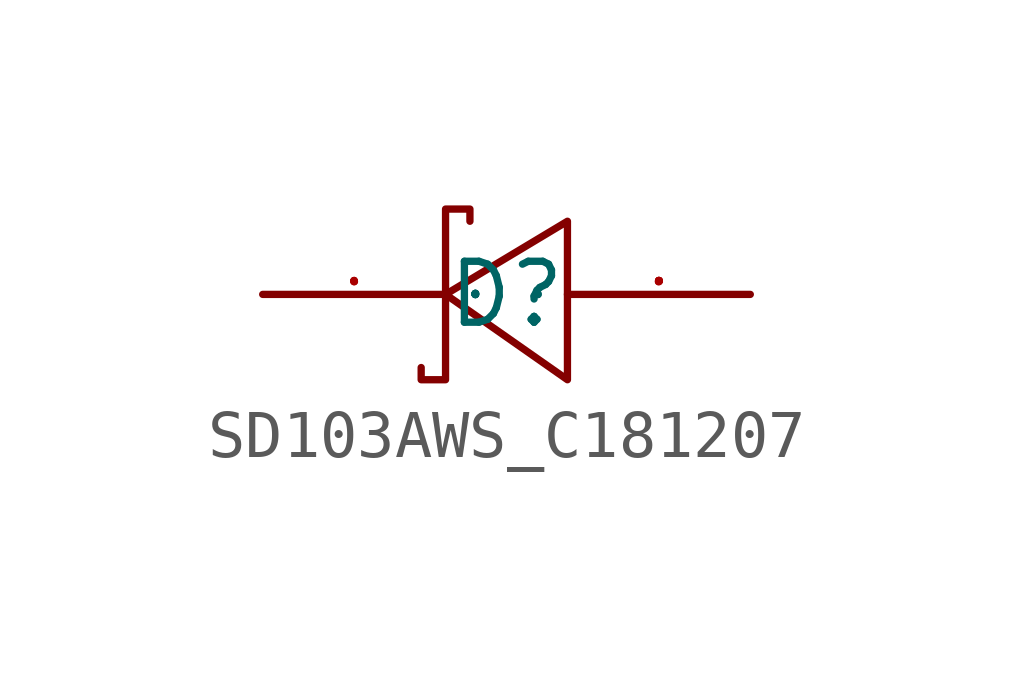
<source format=kicad_sym>
(kicad_symbol_lib
  (version 20241209)
  (generator "kicad_symbol_editor")
  (generator_version "9.0")
  (symbol "SD103AWS_C181207"
    (property "Reference" "D"
      (at 0 0 0)
      (effects (font (size 1.27 1.27))))
    (property "Value" ""
      (at 0 0 0)
      (effects (font (size 1.27 1.27))))
    (symbol "SD103AWS_C181207_1_0"
      (polyline (pts (xy -1.778 -1.524) (xy -1.778 -1.778) (xy -1.778 -1.778) (xy -1.27 -1.778) (xy -1.27 -1.778) (xy -1.27 1.778) (xy -1.27 1.778) (xy -0.762 1.778) (xy -0.762 1.778) (xy -0.762 1.524)) (stroke (width 0) (type default)) (fill (type none)))
      (polyline (pts (xy 1.27 1.524) (xy -1.27 0) (xy -1.27 0) (xy 1.27 -1.778) (xy 1.27 -1.778) (xy 1.27 1.524)) (stroke (width 0) (type default)) (fill (type none)))
      (pin unspecified line (at -5.08 0 0) (length 3.81) (name "C" (effects (font (size 0.025 0.025)))) (number "1" (effects (font (size 0.025 0.025)))))
      (pin unspecified line (at 5.08 0 180) (length 3.81) (name "A" (effects (font (size 0.025 0.025)))) (number "2" (effects (font (size 0.025 0.025))))))))
</source>
